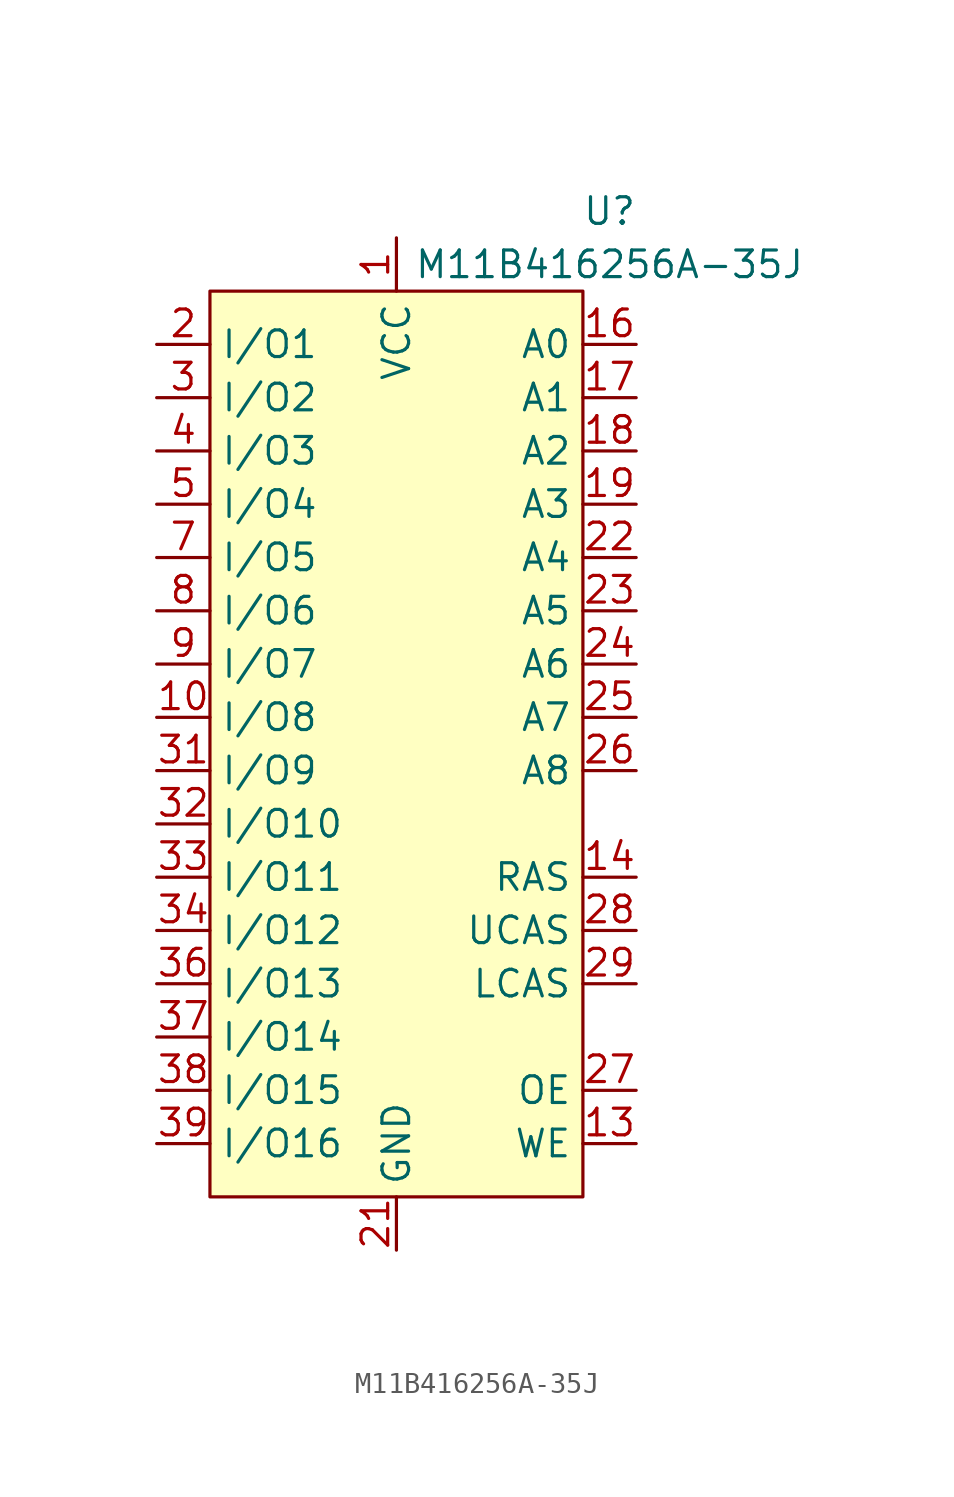
<source format=kicad_sym>
(kicad_symbol_lib
  (version 20220914)
  (generator kicad_symbol_editor)
  (symbol "M11B416256A-35J"
    (property "Reference" "U"
      (at 21.59 6.35 0)
      (effects (font (size 1.27 1.27))))
    (property "Value" "M11B416256A-35J"
      (at 21.59 3.81 0)
      (effects (font (size 1.27 1.27))))
    (symbol "M11B416256A-35J_0_0"
      (pin power_in line (at 11.43 5.08 270) (length 2.54) (name "VCC" (effects (font (size 1.27 1.27)))) (number "1" (effects (font (size 1.27 1.27)))))
      (pin bidirectional line (at 0 -17.78 0) (length 2.54) (name "I/O8" (effects (font (size 1.27 1.27)))) (number "10" (effects (font (size 1.27 1.27)))))
      (pin input line (at 22.86 -38.1 180) (length 2.54) (name "WE" (effects (font (size 1.27 1.27)))) (number "13" (effects (font (size 1.27 1.27)))))
      (pin input line (at 22.86 -25.4 180) (length 2.54) (name "RAS" (effects (font (size 1.27 1.27)))) (number "14" (effects (font (size 1.27 1.27)))))
      (pin input line (at 22.86 0 180) (length 2.54) (name "A0" (effects (font (size 1.27 1.27)))) (number "16" (effects (font (size 1.27 1.27)))))
      (pin input line (at 22.86 -2.54 180) (length 2.54) (name "A1" (effects (font (size 1.27 1.27)))) (number "17" (effects (font (size 1.27 1.27)))))
      (pin input line (at 22.86 -5.08 180) (length 2.54) (name "A2" (effects (font (size 1.27 1.27)))) (number "18" (effects (font (size 1.27 1.27)))))
      (pin input line (at 22.86 -7.62 180) (length 2.54) (name "A3" (effects (font (size 1.27 1.27)))) (number "19" (effects (font (size 1.27 1.27)))))
      (pin bidirectional line (at 0 0 0) (length 2.54) (name "I/O1" (effects (font (size 1.27 1.27)))) (number "2" (effects (font (size 1.27 1.27)))))
      (pin power_in line (at 11.43 -43.18 90) (length 2.54) (name "GND" (effects (font (size 1.27 1.27)))) (number "21" (effects (font (size 1.27 1.27)))))
      (pin input line (at 22.86 -10.16 180) (length 2.54) (name "A4" (effects (font (size 1.27 1.27)))) (number "22" (effects (font (size 1.27 1.27)))))
      (pin input line (at 22.86 -12.7 180) (length 2.54) (name "A5" (effects (font (size 1.27 1.27)))) (number "23" (effects (font (size 1.27 1.27)))))
      (pin input line (at 22.86 -15.24 180) (length 2.54) (name "A6" (effects (font (size 1.27 1.27)))) (number "24" (effects (font (size 1.27 1.27)))))
      (pin input line (at 22.86 -17.78 180) (length 2.54) (name "A7" (effects (font (size 1.27 1.27)))) (number "25" (effects (font (size 1.27 1.27)))))
      (pin input line (at 22.86 -20.32 180) (length 2.54) (name "A8" (effects (font (size 1.27 1.27)))) (number "26" (effects (font (size 1.27 1.27)))))
      (pin input line (at 22.86 -35.56 180) (length 2.54) (name "OE" (effects (font (size 1.27 1.27)))) (number "27" (effects (font (size 1.27 1.27)))))
      (pin input line (at 22.86 -27.94 180) (length 2.54) (name "UCAS" (effects (font (size 1.27 1.27)))) (number "28" (effects (font (size 1.27 1.27)))))
      (pin input line (at 22.86 -30.48 180) (length 2.54) (name "LCAS" (effects (font (size 1.27 1.27)))) (number "29" (effects (font (size 1.27 1.27)))))
      (pin bidirectional line (at 0 -2.54 0) (length 2.54) (name "I/O2" (effects (font (size 1.27 1.27)))) (number "3" (effects (font (size 1.27 1.27)))))
      (pin bidirectional line (at 0 -20.32 0) (length 2.54) (name "I/O9" (effects (font (size 1.27 1.27)))) (number "31" (effects (font (size 1.27 1.27)))))
      (pin bidirectional line (at 0 -22.86 0) (length 2.54) (name "I/O10" (effects (font (size 1.27 1.27)))) (number "32" (effects (font (size 1.27 1.27)))))
      (pin bidirectional line (at 0 -25.4 0) (length 2.54) (name "I/O11" (effects (font (size 1.27 1.27)))) (number "33" (effects (font (size 1.27 1.27)))))
      (pin bidirectional line (at 0 -27.94 0) (length 2.54) (name "I/O12" (effects (font (size 1.27 1.27)))) (number "34" (effects (font (size 1.27 1.27)))))
      (pin bidirectional line (at 0 -30.48 0) (length 2.54) (name "I/O13" (effects (font (size 1.27 1.27)))) (number "36" (effects (font (size 1.27 1.27)))))
      (pin bidirectional line (at 0 -33.02 0) (length 2.54) (name "I/O14" (effects (font (size 1.27 1.27)))) (number "37" (effects (font (size 1.27 1.27)))))
      (pin bidirectional line (at 0 -35.56 0) (length 2.54) (name "I/O15" (effects (font (size 1.27 1.27)))) (number "38" (effects (font (size 1.27 1.27)))))
      (pin bidirectional line (at 0 -38.1 0) (length 2.54) (name "I/O16" (effects (font (size 1.27 1.27)))) (number "39" (effects (font (size 1.27 1.27)))))
      (pin bidirectional line (at 0 -5.08 0) (length 2.54) (name "I/O3" (effects (font (size 1.27 1.27)))) (number "4" (effects (font (size 1.27 1.27)))))
      (pin bidirectional line (at 0 -7.62 0) (length 2.54) (name "I/O4" (effects (font (size 1.27 1.27)))) (number "5" (effects (font (size 1.27 1.27)))))
      (pin bidirectional line (at 0 -10.16 0) (length 2.54) (name "I/O5" (effects (font (size 1.27 1.27)))) (number "7" (effects (font (size 1.27 1.27)))))
      (pin bidirectional line (at 0 -12.7 0) (length 2.54) (name "I/O6" (effects (font (size 1.27 1.27)))) (number "8" (effects (font (size 1.27 1.27)))))
      (pin bidirectional line (at 0 -15.24 0) (length 2.54) (name "I/O7" (effects (font (size 1.27 1.27)))) (number "9" (effects (font (size 1.27 1.27))))))
    (symbol "M11B416256A-35J_1_0"
      (pin no_connect line (at 22.86 2.54 180) (length 2.54) hide (name "NC" (effects (font (size 1.27 1.27)))) (number "11" (effects (font (size 1.27 1.27)))))
      (pin no_connect line (at 22.86 2.54 180) (length 2.54) hide (name "NC" (effects (font (size 1.27 1.27)))) (number "12" (effects (font (size 1.27 1.27)))))
      (pin no_connect line (at 22.86 2.54 180) (length 2.54) hide (name "NC" (effects (font (size 1.27 1.27)))) (number "15" (effects (font (size 1.27 1.27)))))
      (pin power_in line (at 11.43 5.08 270) (length 2.54) hide (name "VCC" (effects (font (size 1.27 1.27)))) (number "20" (effects (font (size 1.27 1.27)))))
      (pin no_connect line (at 22.86 2.54 180) (length 2.54) hide (name "NC" (effects (font (size 1.27 1.27)))) (number "30" (effects (font (size 1.27 1.27)))))
      (pin power_in line (at 11.43 -43.18 90) (length 2.54) hide (name "GND" (effects (font (size 1.27 1.27)))) (number "35" (effects (font (size 1.27 1.27)))))
      (pin power_in line (at 11.43 -43.18 90) (length 2.54) hide (name "GND" (effects (font (size 1.27 1.27)))) (number "40" (effects (font (size 1.27 1.27)))))
      (pin power_in line (at 11.43 5.08 270) (length 2.54) hide (name "VCC" (effects (font (size 1.27 1.27)))) (number "6" (effects (font (size 1.27 1.27))))))
    (symbol "M11B416256A-35J_1_1"
      (rectangle (start 2.54 2.54) (end 20.32 -40.64) (stroke (width 0) (type default)) (fill (type background))))))
</source>
